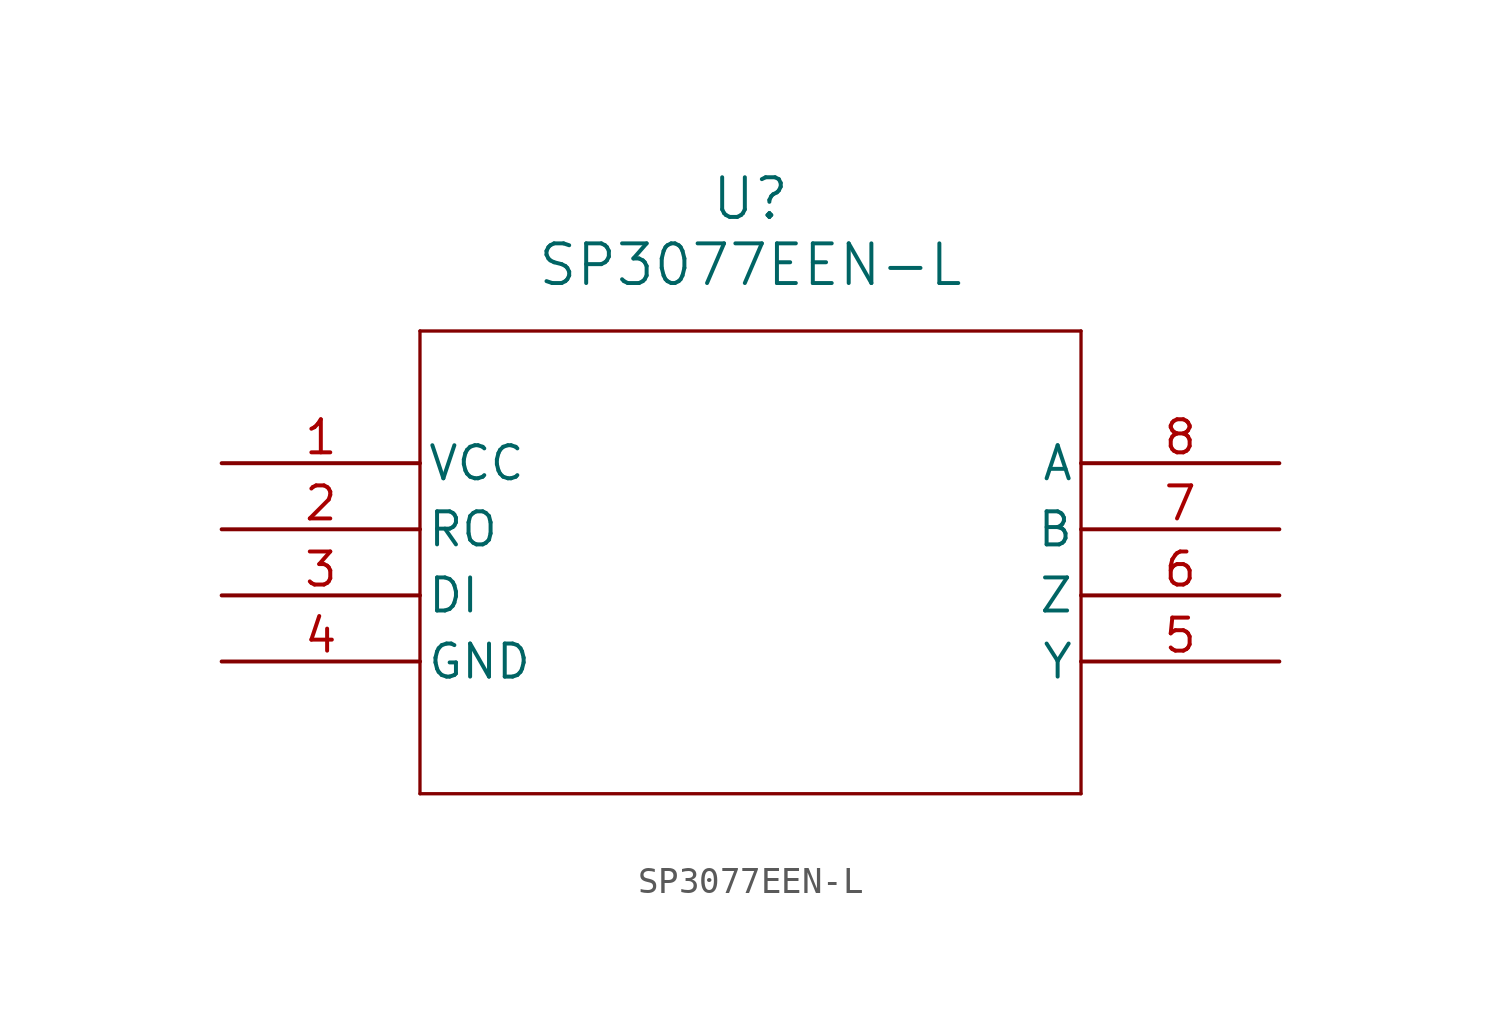
<source format=kicad_sym>
(kicad_symbol_lib
  (version 20211014)
  (generator kicad_symbol_editor)
  (symbol "SP3077EEN-L"
    (pin_names
      (offset 0.254))
    (property "Reference" "U"
      (at 20.32 10.16 0)
      (effects (font (size 1.524 1.524))))
    (property "Value" "SP3077EEN-L"
      (at 20.32 7.62 0)
      (effects (font (size 1.524 1.524))))
    (symbol "SP3077EEN-L_0_1"
      (polyline (pts (xy 7.62 5.08) (xy 7.62 -12.7)) (stroke (width 0.127) (type default) (color 0 0 0 0)) (fill (type none)))
      (polyline (pts (xy 7.62 -12.7) (xy 33.02 -12.7)) (stroke (width 0.127) (type default) (color 0 0 0 0)) (fill (type none)))
      (polyline (pts (xy 33.02 -12.7) (xy 33.02 5.08)) (stroke (width 0.127) (type default) (color 0 0 0 0)) (fill (type none)))
      (polyline (pts (xy 33.02 5.08) (xy 7.62 5.08)) (stroke (width 0.127) (type default) (color 0 0 0 0)) (fill (type none)))
      (pin power_in line (at 0 0 0) (length 7.62) (name "VCC" (effects (font (size 1.27 1.27)))) (number "1" (effects (font (size 1.27 1.27)))))
      (pin output line (at 0 -2.54 0) (length 7.62) (name "RO" (effects (font (size 1.27 1.27)))) (number "2" (effects (font (size 1.27 1.27)))))
      (pin input line (at 0 -5.08 0) (length 7.62) (name "DI" (effects (font (size 1.27 1.27)))) (number "3" (effects (font (size 1.27 1.27)))))
      (pin power_out line (at 0 -7.62 0) (length 7.62) (name "GND" (effects (font (size 1.27 1.27)))) (number "4" (effects (font (size 1.27 1.27)))))
      (pin output line (at 40.64 -7.62 180) (length 7.62) (name "Y" (effects (font (size 1.27 1.27)))) (number "5" (effects (font (size 1.27 1.27)))))
      (pin output line (at 40.64 -5.08 180) (length 7.62) (name "Z" (effects (font (size 1.27 1.27)))) (number "6" (effects (font (size 1.27 1.27)))))
      (pin input line (at 40.64 -2.54 180) (length 7.62) (name "B" (effects (font (size 1.27 1.27)))) (number "7" (effects (font (size 1.27 1.27)))))
      (pin input line (at 40.64 0 180) (length 7.62) (name "A" (effects (font (size 1.27 1.27)))) (number "8" (effects (font (size 1.27 1.27))))))))
</source>
